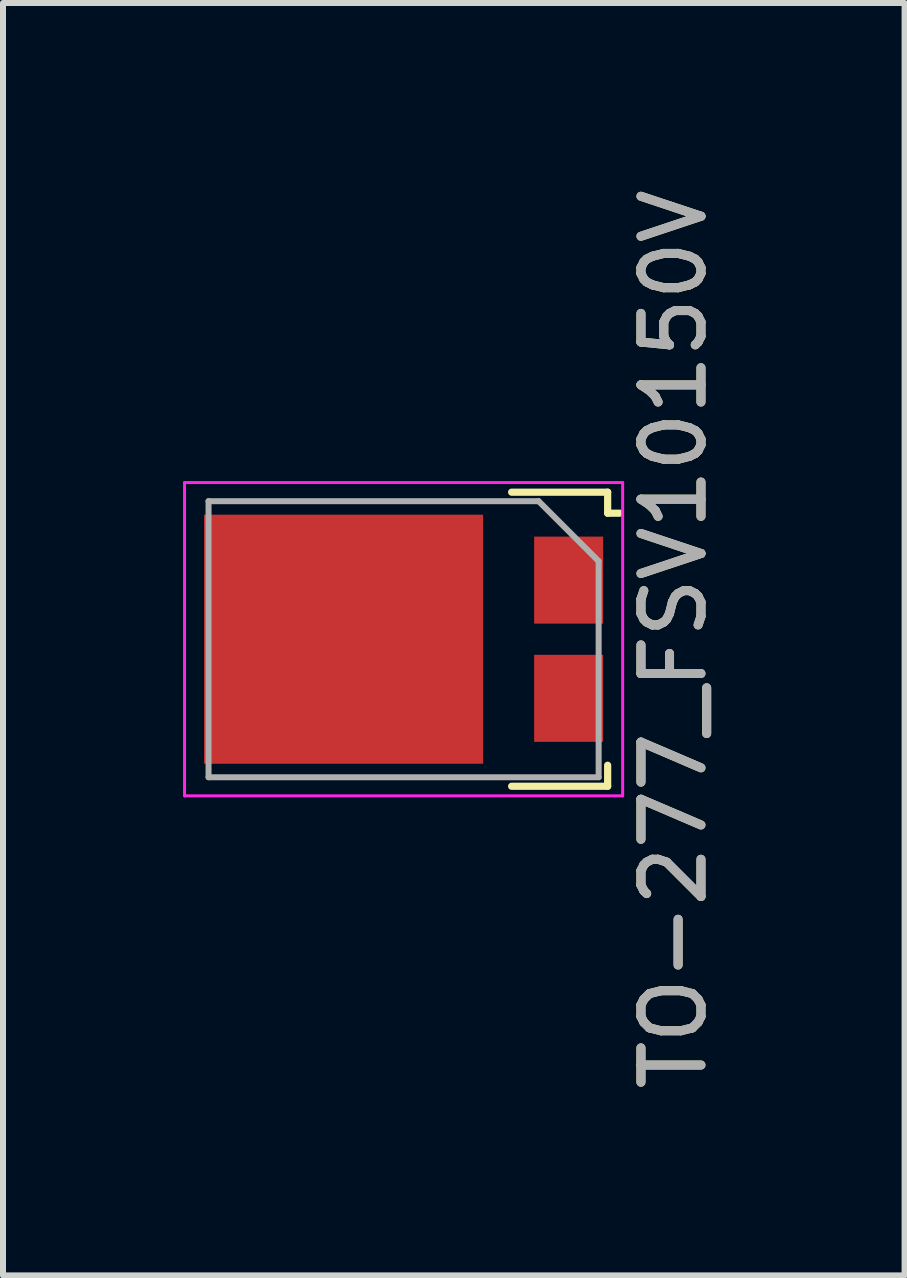
<source format=kicad_pcb>
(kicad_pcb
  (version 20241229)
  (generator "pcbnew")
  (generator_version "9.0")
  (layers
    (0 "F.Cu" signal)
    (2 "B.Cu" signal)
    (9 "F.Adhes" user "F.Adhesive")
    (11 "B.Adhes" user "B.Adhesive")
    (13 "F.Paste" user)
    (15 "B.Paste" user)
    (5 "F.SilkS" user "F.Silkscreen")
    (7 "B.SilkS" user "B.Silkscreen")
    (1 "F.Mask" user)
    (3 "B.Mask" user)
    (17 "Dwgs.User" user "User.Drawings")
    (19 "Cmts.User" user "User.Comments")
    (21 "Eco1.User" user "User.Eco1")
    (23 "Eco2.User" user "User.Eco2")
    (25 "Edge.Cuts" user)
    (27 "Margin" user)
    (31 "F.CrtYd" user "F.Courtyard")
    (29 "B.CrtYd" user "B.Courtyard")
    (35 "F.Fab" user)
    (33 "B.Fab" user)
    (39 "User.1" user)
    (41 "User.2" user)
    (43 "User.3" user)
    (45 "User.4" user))
  (footprint "TO-277_FSV10150V"
    (layer "F.Cu")
    (at 3.675 7.601)
    (property "Reference" "TO-277_FSV10150V" (at 4.5 0 270) (layer "F.SilkS") (effects (font (size 1 1) (thickness 0.15))))
    (attr smd)
    (fp_line (start 1.8 2.45) (end 3.4 2.45) (stroke (width 0.12) (type solid)) (layer "F.SilkS"))
    (fp_line (start 3.4 -2.45) (end 1.8 -2.45) (stroke (width 0.12) (type solid)) (layer "F.SilkS"))
    (fp_line (start 3.4 -2.1) (end 3.4 -2.45) (stroke (width 0.12) (type solid)) (layer "F.SilkS"))
    (fp_line (start 3.4 2.45) (end 3.4 2.1) (stroke (width 0.12) (type solid)) (layer "F.SilkS"))
    (fp_line (start 3.6 -2.1) (end 3.4 -2.1) (stroke (width 0.12) (type solid)) (layer "F.SilkS"))
    (fp_line (start -3.65 2.61) (end -3.65 -2.61) (stroke (width 0.05) (type solid)) (layer "F.CrtYd"))
    (fp_line (start -3.65 2.61) (end 3.65 2.61) (stroke (width 0.05) (type solid)) (layer "F.CrtYd"))
    (fp_line (start 3.65 -2.61) (end -3.65 -2.61) (stroke (width 0.05) (type solid)) (layer "F.CrtYd"))
    (fp_line (start 3.65 -2.61) (end 3.65 2.61) (stroke (width 0.05) (type solid)) (layer "F.CrtYd"))
    (fp_line (start -3.25 -2.3) (end -3.25 2.3) (stroke (width 0.1) (type solid)) (layer "F.Fab"))
    (fp_line (start -3.25 2.3) (end 3.25 2.3) (stroke (width 0.1) (type solid)) (layer "F.Fab"))
    (fp_line (start 2.25 -2.3) (end -3.25 -2.3) (stroke (width 0.1) (type solid)) (layer "F.Fab"))
    (fp_line (start 3.25 -1.3) (end 2.25 -2.3) (stroke (width 0.1) (type solid)) (layer "F.Fab"))
    (fp_line (start 3.25 2.3) (end 3.25 -1.3) (stroke (width 0.1) (type solid)) (layer "F.Fab"))
    (fp_text user "${REFERENCE}" (at 4.5 0 270) (layer "F.Fab") (effects (font (size 1 1) (thickness 0.15))))
    (pad "1" smd rect (at 2.75 -0.985) (size 1.15 1.45) (layers "F.Cu" "F.Mask" "F.Paste"))
    (pad "2" smd rect (at 2.75 0.985) (size 1.15 1.45) (layers "F.Cu" "F.Mask" "F.Paste"))
    (pad "3" smd rect (at -1 0) (size 4.65 4.15) (layers "F.Cu" "F.Mask" "F.Paste")))
  (gr_rect
    (start -3 -3)
    (end 12.023 18.202)
    (stroke (width 0.1) (type default))
    (fill no)
    (layer "Edge.Cuts")))
</source>
